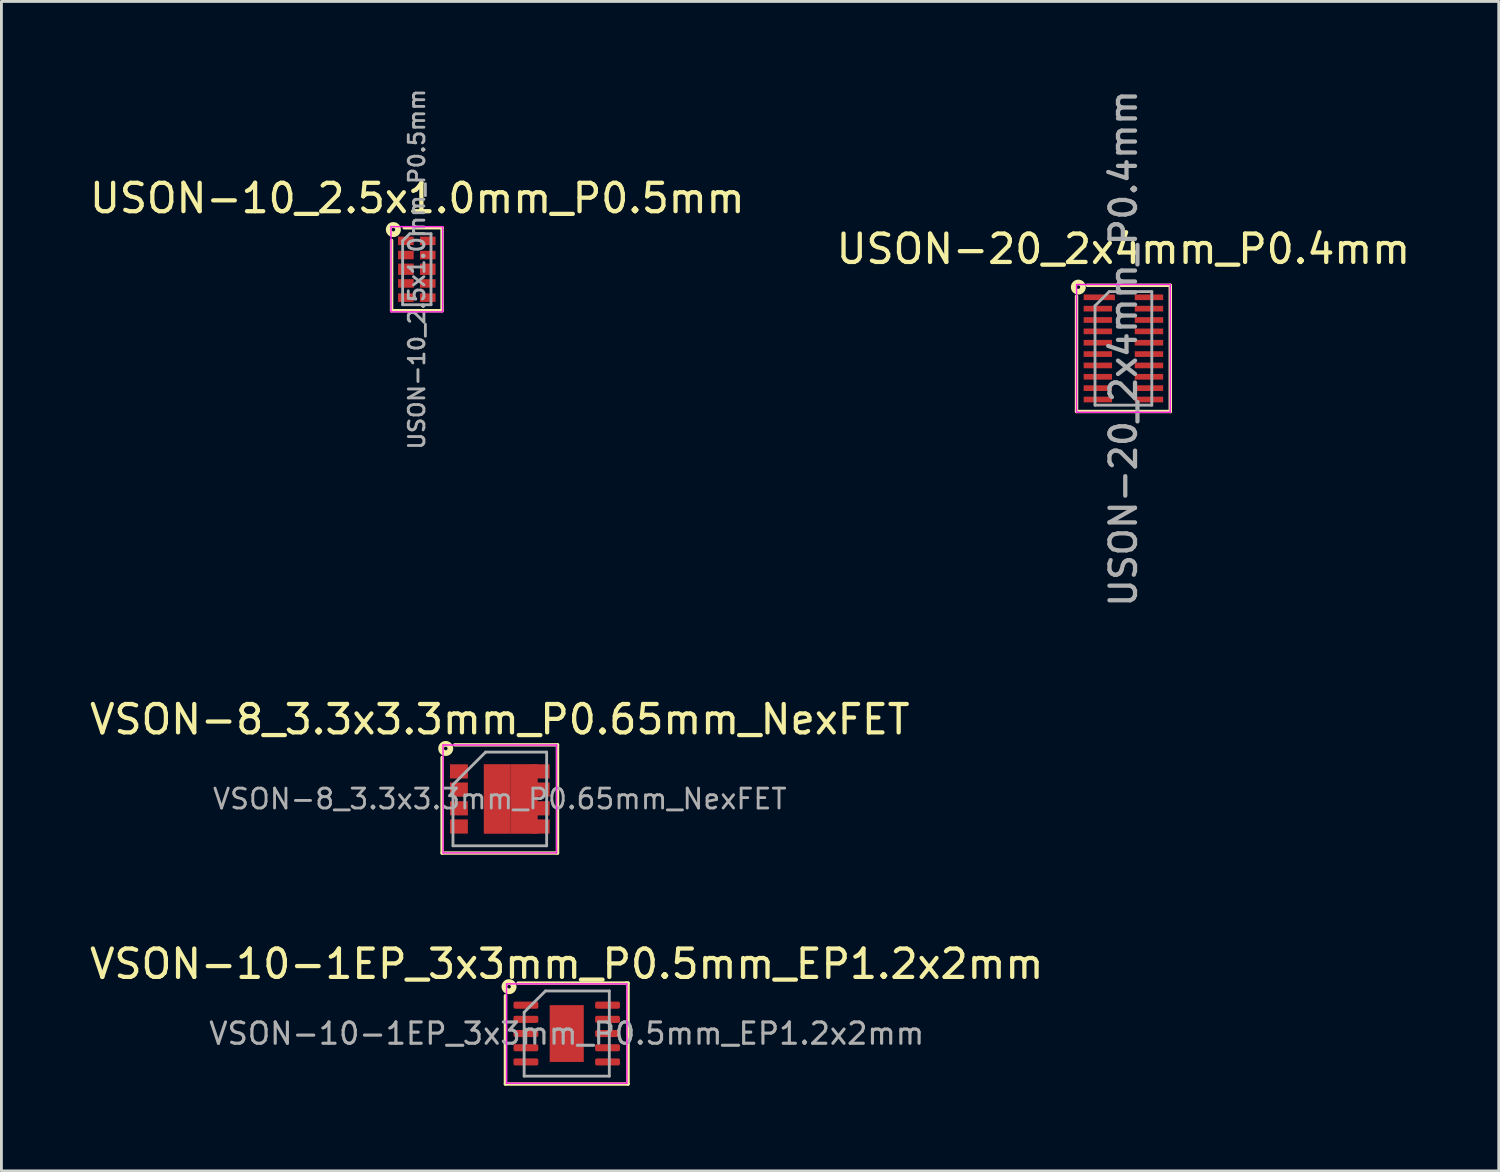
<source format=kicad_pcb>
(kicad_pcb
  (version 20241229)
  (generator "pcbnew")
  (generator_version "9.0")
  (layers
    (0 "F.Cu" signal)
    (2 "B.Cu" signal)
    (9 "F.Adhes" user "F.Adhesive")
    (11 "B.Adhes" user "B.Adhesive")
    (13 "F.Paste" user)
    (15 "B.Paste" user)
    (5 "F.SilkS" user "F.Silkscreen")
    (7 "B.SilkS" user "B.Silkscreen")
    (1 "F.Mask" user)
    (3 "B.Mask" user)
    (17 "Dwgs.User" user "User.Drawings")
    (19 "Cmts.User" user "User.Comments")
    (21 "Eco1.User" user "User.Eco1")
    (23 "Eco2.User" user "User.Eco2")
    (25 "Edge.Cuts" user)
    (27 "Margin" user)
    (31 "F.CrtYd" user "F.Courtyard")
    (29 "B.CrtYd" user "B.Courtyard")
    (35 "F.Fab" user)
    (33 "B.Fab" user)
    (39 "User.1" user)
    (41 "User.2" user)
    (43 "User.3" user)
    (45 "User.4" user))
  (footprint "VSON-10-1EP_3x3mm_P0.5mm_EP1.2x2mm"
    (layer "F.Cu")
    (at 16.911 33.353)
    (property "Reference" "VSON-10-1EP_3x3mm_P0.5mm_EP1.2x2mm" (at 0 -2.45 0) (layer "F.SilkS") (effects (font (size 1 1) (thickness 0.15))))
    (attr smd)
    (fp_line (start -2.159 1.778) (end -2.159 -1.333) (stroke (width 0.12) (type solid)) (layer "F.SilkS"))
    (fp_line (start -1.714 -1.778) (end 2.095 -1.778) (stroke (width 0.12) (type solid)) (layer "F.SilkS"))
    (fp_line (start 2.095 -1.778) (end 2.159 -1.778) (stroke (width 0.12) (type solid)) (layer "F.SilkS"))
    (fp_line (start 2.159 -1.778) (end 2.159 1.778) (stroke (width 0.12) (type solid)) (layer "F.SilkS"))
    (fp_line (start 2.159 1.778) (end -2.159 1.778) (stroke (width 0.12) (type solid)) (layer "F.SilkS"))
    (fp_circle (center -2.032 -1.651) (end -1.968 -1.651) (stroke (width 0.2) (type solid)) (fill no) (layer "F.SilkS"))
    (fp_line (start -2.12 -1.75) (end -2.12 1.75) (stroke (width 0.05) (type solid)) (layer "F.CrtYd"))
    (fp_line (start -2.12 1.75) (end 2.12 1.75) (stroke (width 0.05) (type solid)) (layer "F.CrtYd"))
    (fp_line (start 2.12 -1.75) (end -2.12 -1.75) (stroke (width 0.05) (type solid)) (layer "F.CrtYd"))
    (fp_line (start 2.12 1.75) (end 2.12 -1.75) (stroke (width 0.05) (type solid)) (layer "F.CrtYd"))
    (fp_line (start -1.5 -0.75) (end -0.75 -1.5) (stroke (width 0.1) (type solid)) (layer "F.Fab"))
    (fp_line (start -1.5 1.5) (end -1.5 -0.75) (stroke (width 0.1) (type solid)) (layer "F.Fab"))
    (fp_line (start -0.75 -1.5) (end 1.5 -1.5) (stroke (width 0.1) (type solid)) (layer "F.Fab"))
    (fp_line (start 1.5 -1.5) (end 1.5 1.5) (stroke (width 0.1) (type solid)) (layer "F.Fab"))
    (fp_line (start 1.5 1.5) (end -1.5 1.5) (stroke (width 0.1) (type solid)) (layer "F.Fab"))
    (fp_text user "${REFERENCE}" (at 0 0 0) (layer "F.Fab") (effects (font (size 0.75 0.75) (thickness 0.11))))
    (pad "" smd roundrect (at -0.3 -0.5) (size 0.48 0.81) (layers "F.Paste") (roundrect_rratio 0.25))
    (pad "" smd roundrect (at -0.3 0.5) (size 0.48 0.81) (layers "F.Paste") (roundrect_rratio 0.25))
    (pad "" smd roundrect (at 0.3 -0.5) (size 0.48 0.81) (layers "F.Paste") (roundrect_rratio 0.25))
    (pad "" smd roundrect (at 0.3 0.5) (size 0.48 0.81) (layers "F.Paste") (roundrect_rratio 0.25))
    (pad "1" smd roundrect (at -1.438 -1) (size 0.875 0.25) (layers "F.Cu" "F.Mask" "F.Paste") (roundrect_rratio 0.25))
    (pad "2" smd roundrect (at -1.438 -0.5) (size 0.875 0.25) (layers "F.Cu" "F.Mask" "F.Paste") (roundrect_rratio 0.25))
    (pad "3" smd roundrect (at -1.438 0) (size 0.875 0.25) (layers "F.Cu" "F.Mask" "F.Paste") (roundrect_rratio 0.25))
    (pad "4" smd roundrect (at -1.438 0.5) (size 0.875 0.25) (layers "F.Cu" "F.Mask" "F.Paste") (roundrect_rratio 0.25))
    (pad "5" smd roundrect (at -1.438 1) (size 0.875 0.25) (layers "F.Cu" "F.Mask" "F.Paste") (roundrect_rratio 0.25))
    (pad "6" smd roundrect (at 1.438 1) (size 0.875 0.25) (layers "F.Cu" "F.Mask" "F.Paste") (roundrect_rratio 0.25))
    (pad "7" smd roundrect (at 1.438 0.5) (size 0.875 0.25) (layers "F.Cu" "F.Mask" "F.Paste") (roundrect_rratio 0.25))
    (pad "8" smd roundrect (at 1.438 0) (size 0.875 0.25) (layers "F.Cu" "F.Mask" "F.Paste") (roundrect_rratio 0.25))
    (pad "9" smd roundrect (at 1.438 -0.5) (size 0.875 0.25) (layers "F.Cu" "F.Mask" "F.Paste") (roundrect_rratio 0.25))
    (pad "10" smd roundrect (at 1.438 -1) (size 0.875 0.25) (layers "F.Cu" "F.Mask" "F.Paste") (roundrect_rratio 0.25))
    (pad "11" smd rect (at 0 0) (size 1.2 2) (layers "F.Cu" "F.Mask")))
  (footprint "VSON-8_3.3x3.3mm_P0.65mm_NexFET"
    (layer "F.Cu")
    (at 14.554 25.09)
    (property "Reference" "VSON-8_3.3x3.3mm_P0.65mm_NexFET" (at 0 -2.8 0) (layer "F.SilkS") (effects (font (size 1 1) (thickness 0.15))))
    (attr smd)
    (fp_line (start -2.032 1.905) (end -2.032 -1.46) (stroke (width 0.12) (type solid)) (layer "F.SilkS"))
    (fp_line (start -1.587 -1.905) (end 2.032 -1.905) (stroke (width 0.12) (type solid)) (layer "F.SilkS"))
    (fp_line (start 2.032 -1.905) (end 2.032 1.905) (stroke (width 0.12) (type solid)) (layer "F.SilkS"))
    (fp_line (start 2.032 1.905) (end -2.032 1.905) (stroke (width 0.12) (type solid)) (layer "F.SilkS"))
    (fp_circle (center -1.905 -1.778) (end -1.841 -1.778) (stroke (width 0.2) (type solid)) (fill no) (layer "F.SilkS"))
    (fp_line (start -2 -1.9) (end -2 1.9) (stroke (width 0.05) (type solid)) (layer "F.CrtYd"))
    (fp_line (start -2 -1.9) (end 2 -1.9) (stroke (width 0.05) (type solid)) (layer "F.CrtYd"))
    (fp_line (start -2 1.9) (end 2 1.9) (stroke (width 0.05) (type solid)) (layer "F.CrtYd"))
    (fp_line (start 2 -1.9) (end 2 1.9) (stroke (width 0.05) (type solid)) (layer "F.CrtYd"))
    (fp_line (start -1.65 -0.5) (end -0.5 -1.65) (stroke (width 0.1) (type solid)) (layer "F.Fab"))
    (fp_line (start -1.65 1.65) (end -1.65 -0.5) (stroke (width 0.1) (type solid)) (layer "F.Fab"))
    (fp_line (start -0.5 -1.65) (end 1.65 -1.65) (stroke (width 0.1) (type solid)) (layer "F.Fab"))
    (fp_line (start 1.65 -1.65) (end 1.65 1.65) (stroke (width 0.1) (type solid)) (layer "F.Fab"))
    (fp_line (start 1.65 1.65) (end -1.65 1.65) (stroke (width 0.1) (type solid)) (layer "F.Fab"))
    (fp_text user "${REFERENCE}" (at 0 0 0) (layer "F.Fab") (effects (font (size 0.7 0.7) (thickness 0.1))))
    (pad "1" smd rect (at -1.44 -0.97) (size 0.63 0.5) (layers "F.Cu" "F.Mask" "F.Paste"))
    (pad "2" smd rect (at -1.44 -0.33) (size 0.63 0.5) (layers "F.Cu" "F.Mask" "F.Paste"))
    (pad "3" smd rect (at -1.44 0.33) (size 0.63 0.5) (layers "F.Cu" "F.Mask" "F.Paste"))
    (pad "4" smd rect (at -1.44 0.97) (size 0.63 0.5) (layers "F.Cu" "F.Mask" "F.Paste"))
    (pad "5" smd rect (at -0.09 -0.61) (size 0.95 1.23) (layers "F.Cu" "F.Mask" "F.Paste"))
    (pad "5" smd rect (at -0.09 0.61) (size 0.95 1.23) (layers "F.Cu" "F.Mask" "F.Paste"))
    (pad "5" smd rect (at 0.86 -0.61) (size 0.95 1.23) (layers "F.Cu" "F.Mask" "F.Paste"))
    (pad "5" smd rect (at 0.86 0.61) (size 0.95 1.23) (layers "F.Cu" "F.Mask" "F.Paste"))
    (pad "5" smd rect (at 1.44 -0.97) (size 0.63 0.5) (layers "F.Cu" "F.Mask" "F.Paste"))
    (pad "5" smd rect (at 1.44 -0.33) (size 0.63 0.5) (layers "F.Cu" "F.Mask" "F.Paste"))
    (pad "5" smd rect (at 1.44 0.33) (size 0.63 0.5) (layers "F.Cu" "F.Mask" "F.Paste"))
    (pad "5" smd rect (at 1.44 0.97) (size 0.63 0.5) (layers "F.Cu" "F.Mask" "F.Paste")))
  (footprint "USON-20_2x4mm_P0.4mm"
    (layer "F.Cu")
    (at 36.518 9.221)
    (property "Reference" "USON-20_2x4mm_P0.4mm" (at 0 -3.5 0) (layer "F.SilkS") (effects (font (size 1 1) (thickness 0.15))))
    (attr smd)
    (fp_line (start -1.651 2.223) (end -1.651 -1.841) (stroke (width 0.12) (type solid)) (layer "F.SilkS"))
    (fp_line (start -1.27 -2.223) (end 1.651 -2.223) (stroke (width 0.12) (type solid)) (layer "F.SilkS"))
    (fp_line (start 1.651 -2.223) (end 1.651 2.223) (stroke (width 0.12) (type solid)) (layer "F.SilkS"))
    (fp_line (start 1.651 2.223) (end -1.651 2.223) (stroke (width 0.12) (type solid)) (layer "F.SilkS"))
    (fp_circle (center -1.587 -2.159) (end -1.524 -2.159) (stroke (width 0.2) (type solid)) (fill no) (layer "F.SilkS"))
    (fp_line (start -1.65 -2.25) (end 1.65 -2.25) (stroke (width 0.05) (type solid)) (layer "F.CrtYd"))
    (fp_line (start -1.65 2.25) (end -1.65 -2.25) (stroke (width 0.05) (type solid)) (layer "F.CrtYd"))
    (fp_line (start 1.65 -2.25) (end 1.65 2.25) (stroke (width 0.05) (type solid)) (layer "F.CrtYd"))
    (fp_line (start 1.65 2.25) (end -1.65 2.25) (stroke (width 0.05) (type solid)) (layer "F.CrtYd"))
    (fp_line (start -1 2) (end -1 -1.5) (stroke (width 0.1) (type solid)) (layer "F.Fab"))
    (fp_line (start -0.5 -2) (end -1 -1.5) (stroke (width 0.1) (type solid)) (layer "F.Fab"))
    (fp_line (start -0.5 -2) (end 1 -2) (stroke (width 0.1) (type solid)) (layer "F.Fab"))
    (fp_line (start 1 -2) (end 1 2) (stroke (width 0.1) (type solid)) (layer "F.Fab"))
    (fp_line (start 1 2) (end -1 2) (stroke (width 0.1) (type solid)) (layer "F.Fab"))
    (fp_text user "${REFERENCE}" (at 0 0 90) (layer "F.Fab") (effects (font (size 0.9 0.9) (thickness 0.15))))
    (pad "1" smd rect (at -0.85 -1.8 270) (size 0.2 1.1) (layers "F.Cu" "F.Mask" "F.Paste"))
    (pad "2" smd rect (at -0.9 -1.4 270) (size 0.2 1) (layers "F.Cu" "F.Mask" "F.Paste"))
    (pad "3" smd rect (at -0.9 -1 270) (size 0.2 1) (layers "F.Cu" "F.Mask" "F.Paste"))
    (pad "4" smd rect (at -0.9 -0.6 270) (size 0.2 1) (layers "F.Cu" "F.Mask" "F.Paste"))
    (pad "5" smd rect (at -0.9 -0.2 270) (size 0.2 1) (layers "F.Cu" "F.Mask" "F.Paste"))
    (pad "6" smd rect (at -0.9 0.2 270) (size 0.2 1) (layers "F.Cu" "F.Mask" "F.Paste"))
    (pad "7" smd rect (at -0.9 0.6 270) (size 0.2 1) (layers "F.Cu" "F.Mask" "F.Paste"))
    (pad "8" smd rect (at -0.9 1 270) (size 0.2 1) (layers "F.Cu" "F.Mask" "F.Paste"))
    (pad "9" smd rect (at -0.9 1.4 270) (size 0.2 1) (layers "F.Cu" "F.Mask" "F.Paste"))
    (pad "10" smd rect (at -0.9 1.8 270) (size 0.2 1) (layers "F.Cu" "F.Mask" "F.Paste"))
    (pad "11" smd rect (at 0.9 1.8 270) (size 0.2 1) (layers "F.Cu" "F.Mask" "F.Paste"))
    (pad "12" smd rect (at 0.9 1.4 270) (size 0.2 1) (layers "F.Cu" "F.Mask" "F.Paste"))
    (pad "13" smd rect (at 0.9 1 270) (size 0.2 1) (layers "F.Cu" "F.Mask" "F.Paste"))
    (pad "14" smd rect (at 0.9 0.6 270) (size 0.2 1) (layers "F.Cu" "F.Mask" "F.Paste"))
    (pad "15" smd rect (at 0.9 0.2 270) (size 0.2 1) (layers "F.Cu" "F.Mask" "F.Paste"))
    (pad "16" smd rect (at 0.9 -0.2 270) (size 0.2 1) (layers "F.Cu" "F.Mask" "F.Paste"))
    (pad "17" smd rect (at 0.9 -0.6 270) (size 0.2 1) (layers "F.Cu" "F.Mask" "F.Paste"))
    (pad "18" smd rect (at 0.9 -1 270) (size 0.2 1) (layers "F.Cu" "F.Mask" "F.Paste"))
    (pad "19" smd rect (at 0.9 -1.4 270) (size 0.2 1) (layers "F.Cu" "F.Mask" "F.Paste"))
    (pad "20" smd rect (at 0.9 -1.8 270) (size 0.2 1) (layers "F.Cu" "F.Mask" "F.Paste")))
  (footprint "USON-10_2.5x1.0mm_P0.5mm"
    (layer "F.Cu")
    (at 11.631 6.433)
    (property "Reference" "USON-10_2.5x1.0mm_P0.5mm" (at 0.018 -2.5 0) (layer "F.SilkS") (effects (font (size 1 1) (thickness 0.15))))
    (attr smd)
    (fp_line (start -0.889 1.46) (end -0.889 -1.016) (stroke (width 0.12) (type solid)) (layer "F.SilkS"))
    (fp_line (start -0.445 -1.46) (end 0.889 -1.46) (stroke (width 0.12) (type solid)) (layer "F.SilkS"))
    (fp_line (start 0.889 -1.46) (end 0.889 1.46) (stroke (width 0.12) (type solid)) (layer "F.SilkS"))
    (fp_line (start 0.889 1.46) (end -0.889 1.46) (stroke (width 0.12) (type solid)) (layer "F.SilkS"))
    (fp_circle (center -0.826 -1.397) (end -0.762 -1.397) (stroke (width 0.2) (type solid)) (fill no) (layer "F.SilkS"))
    (fp_line (start -0.91 -1.5) (end 0.91 -1.5) (stroke (width 0.05) (type solid)) (layer "F.CrtYd"))
    (fp_line (start -0.91 1.5) (end -0.91 -1.5) (stroke (width 0.05) (type solid)) (layer "F.CrtYd"))
    (fp_line (start 0.91 -1.5) (end 0.91 1.5) (stroke (width 0.05) (type solid)) (layer "F.CrtYd"))
    (fp_line (start 0.91 1.5) (end -0.91 1.5) (stroke (width 0.05) (type solid)) (layer "F.CrtYd"))
    (fp_line (start -0.5 -1) (end -0.5 1.25) (stroke (width 0.1) (type solid)) (layer "F.Fab"))
    (fp_line (start -0.5 1.25) (end 0.5 1.25) (stroke (width 0.1) (type solid)) (layer "F.Fab"))
    (fp_line (start -0.25 -1.25) (end -0.5 -1) (stroke (width 0.1) (type solid)) (layer "F.Fab"))
    (fp_line (start 0.5 -1.25) (end -0.25 -1.25) (stroke (width 0.1) (type solid)) (layer "F.Fab"))
    (fp_line (start 0.5 -1.25) (end 0.5 1.25) (stroke (width 0.1) (type solid)) (layer "F.Fab"))
    (fp_text user "${REFERENCE}" (at 0 0 90) (layer "F.Fab") (effects (font (size 0.55 0.55) (thickness 0.1))))
    (pad "1" smd rect (at -0.385 -1 270) (size 0.3 0.55) (layers "F.Cu" "F.Mask" "F.Paste"))
    (pad "2" smd rect (at -0.385 -0.5 270) (size 0.3 0.55) (layers "F.Cu" "F.Mask" "F.Paste"))
    (pad "3" smd rect (at -0.385 0 270) (size 0.4 0.55) (layers "F.Cu" "F.Mask" "F.Paste"))
    (pad "4" smd rect (at -0.385 0.5 270) (size 0.3 0.55) (layers "F.Cu" "F.Mask" "F.Paste"))
    (pad "5" smd rect (at -0.385 1 270) (size 0.3 0.55) (layers "F.Cu" "F.Mask" "F.Paste"))
    (pad "6" smd rect (at 0.385 1 270) (size 0.3 0.55) (layers "F.Cu" "F.Mask" "F.Paste"))
    (pad "7" smd rect (at 0.385 0.5 270) (size 0.3 0.55) (layers "F.Cu" "F.Mask" "F.Paste"))
    (pad "8" smd rect (at 0.385 0 270) (size 0.4 0.55) (layers "F.Cu" "F.Mask" "F.Paste"))
    (pad "9" smd rect (at 0.385 -0.5 270) (size 0.3 0.55) (layers "F.Cu" "F.Mask" "F.Paste"))
    (pad "10" smd rect (at 0.385 -1 270) (size 0.3 0.55) (layers "F.Cu" "F.Mask" "F.Paste")))
  (gr_rect
    (start -3 -3)
    (end 49.738 38.191)
    (stroke (width 0.1) (type default))
    (fill no)
    (layer "Edge.Cuts")))
</source>
